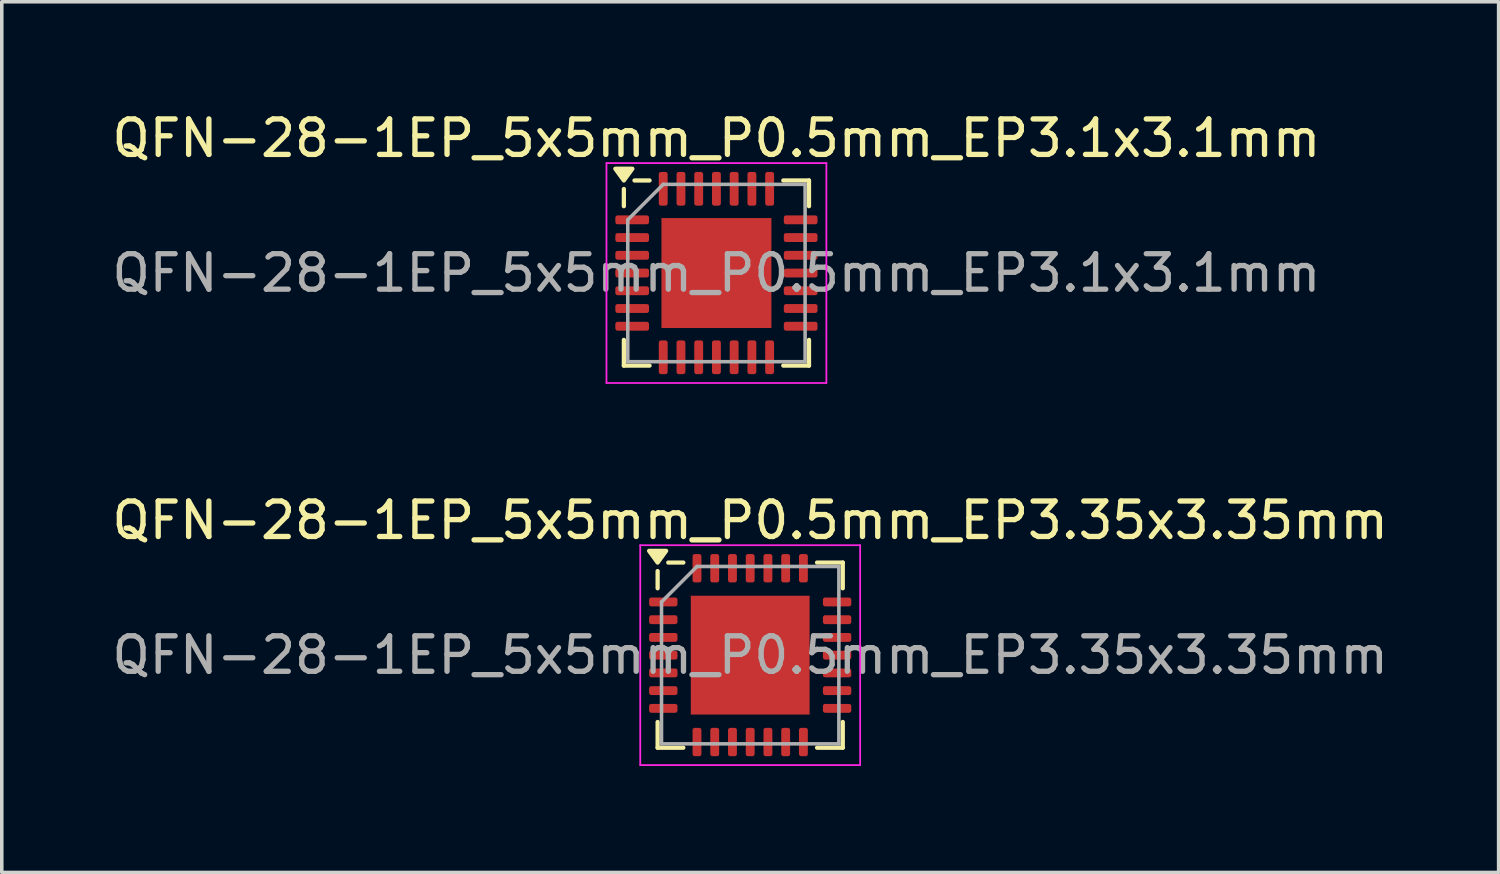
<source format=kicad_pcb>
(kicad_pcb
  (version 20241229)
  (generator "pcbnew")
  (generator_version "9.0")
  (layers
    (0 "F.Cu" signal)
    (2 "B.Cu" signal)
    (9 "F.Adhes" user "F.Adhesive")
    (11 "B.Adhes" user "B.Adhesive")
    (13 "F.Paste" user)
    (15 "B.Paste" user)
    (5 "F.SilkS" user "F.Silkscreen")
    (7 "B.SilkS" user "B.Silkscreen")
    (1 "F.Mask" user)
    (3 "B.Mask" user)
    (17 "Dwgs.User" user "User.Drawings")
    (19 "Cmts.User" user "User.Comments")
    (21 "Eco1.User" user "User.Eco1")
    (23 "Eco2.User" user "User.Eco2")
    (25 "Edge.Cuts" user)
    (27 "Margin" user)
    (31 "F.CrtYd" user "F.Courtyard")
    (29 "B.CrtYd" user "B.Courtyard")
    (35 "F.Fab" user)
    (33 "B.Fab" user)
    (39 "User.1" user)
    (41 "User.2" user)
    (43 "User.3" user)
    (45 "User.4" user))
  (footprint "QFN-28-1EP_5x5mm_P0.5mm_EP3.35x3.35mm"
    (layer "F.Cu")
    (at 18.101 15.421)
    (property "Reference" "QFN-28-1EP_5x5mm_P0.5mm_EP3.35x3.35mm" (at 0 -3.8 0) (layer "F.SilkS") (effects (font (size 1 1) (thickness 0.15))))
    (attr smd)
    (fp_line (start -2.61 -1.885) (end -2.61 -2.37) (stroke (width 0.12) (type solid)) (layer "F.SilkS"))
    (fp_line (start -2.61 2.61) (end -2.61 1.885) (stroke (width 0.12) (type solid)) (layer "F.SilkS"))
    (fp_line (start -1.885 -2.61) (end -2.31 -2.61) (stroke (width 0.12) (type solid)) (layer "F.SilkS"))
    (fp_line (start -1.885 2.61) (end -2.61 2.61) (stroke (width 0.12) (type solid)) (layer "F.SilkS"))
    (fp_line (start 1.885 -2.61) (end 2.61 -2.61) (stroke (width 0.12) (type solid)) (layer "F.SilkS"))
    (fp_line (start 1.885 2.61) (end 2.61 2.61) (stroke (width 0.12) (type solid)) (layer "F.SilkS"))
    (fp_line (start 2.61 -2.61) (end 2.61 -1.885) (stroke (width 0.12) (type solid)) (layer "F.SilkS"))
    (fp_line (start 2.61 2.61) (end 2.61 1.885) (stroke (width 0.12) (type solid)) (layer "F.SilkS"))
    (fp_poly (pts (xy -2.61 -2.61) (xy -2.85 -2.94) (xy -2.37 -2.94) (xy -2.61 -2.61)) (stroke (width 0.12) (type solid)) (fill yes) (layer "F.SilkS"))
    (fp_line (start -3.1 -3.1) (end -3.1 3.1) (stroke (width 0.05) (type solid)) (layer "F.CrtYd"))
    (fp_line (start -3.1 3.1) (end 3.1 3.1) (stroke (width 0.05) (type solid)) (layer "F.CrtYd"))
    (fp_line (start 3.1 -3.1) (end -3.1 -3.1) (stroke (width 0.05) (type solid)) (layer "F.CrtYd"))
    (fp_line (start 3.1 3.1) (end 3.1 -3.1) (stroke (width 0.05) (type solid)) (layer "F.CrtYd"))
    (fp_line (start -2.5 -1.5) (end -1.5 -2.5) (stroke (width 0.1) (type solid)) (layer "F.Fab"))
    (fp_line (start -2.5 2.5) (end -2.5 -1.5) (stroke (width 0.1) (type solid)) (layer "F.Fab"))
    (fp_line (start -1.5 -2.5) (end 2.5 -2.5) (stroke (width 0.1) (type solid)) (layer "F.Fab"))
    (fp_line (start 2.5 -2.5) (end 2.5 2.5) (stroke (width 0.1) (type solid)) (layer "F.Fab"))
    (fp_line (start 2.5 2.5) (end -2.5 2.5) (stroke (width 0.1) (type solid)) (layer "F.Fab"))
    (fp_text user "${REFERENCE}" (at 0 0 0) (layer "F.Fab") (effects (font (size 1 1) (thickness 0.15))))
    (pad "" smd roundrect (at -1.12 -1.12) (size 0.9 0.9) (layers "F.Paste") (roundrect_rratio 0.25))
    (pad "" smd roundrect (at -1.12 0) (size 0.9 0.9) (layers "F.Paste") (roundrect_rratio 0.25))
    (pad "" smd roundrect (at -1.12 1.12) (size 0.9 0.9) (layers "F.Paste") (roundrect_rratio 0.25))
    (pad "" smd roundrect (at 0 -1.12) (size 0.9 0.9) (layers "F.Paste") (roundrect_rratio 0.25))
    (pad "" smd roundrect (at 0 0) (size 0.9 0.9) (layers "F.Paste") (roundrect_rratio 0.25))
    (pad "" smd roundrect (at 0 1.12) (size 0.9 0.9) (layers "F.Paste") (roundrect_rratio 0.25))
    (pad "" smd roundrect (at 1.12 -1.12) (size 0.9 0.9) (layers "F.Paste") (roundrect_rratio 0.25))
    (pad "" smd roundrect (at 1.12 0) (size 0.9 0.9) (layers "F.Paste") (roundrect_rratio 0.25))
    (pad "" smd roundrect (at 1.12 1.12) (size 0.9 0.9) (layers "F.Paste") (roundrect_rratio 0.25))
    (pad "1" smd roundrect (at -2.45 -1.5) (size 0.8 0.25) (layers "F.Cu" "F.Mask" "F.Paste") (roundrect_rratio 0.25))
    (pad "2" smd roundrect (at -2.45 -1) (size 0.8 0.25) (layers "F.Cu" "F.Mask" "F.Paste") (roundrect_rratio 0.25))
    (pad "3" smd roundrect (at -2.45 -0.5) (size 0.8 0.25) (layers "F.Cu" "F.Mask" "F.Paste") (roundrect_rratio 0.25))
    (pad "4" smd roundrect (at -2.45 0) (size 0.8 0.25) (layers "F.Cu" "F.Mask" "F.Paste") (roundrect_rratio 0.25))
    (pad "5" smd roundrect (at -2.45 0.5) (size 0.8 0.25) (layers "F.Cu" "F.Mask" "F.Paste") (roundrect_rratio 0.25))
    (pad "6" smd roundrect (at -2.45 1) (size 0.8 0.25) (layers "F.Cu" "F.Mask" "F.Paste") (roundrect_rratio 0.25))
    (pad "7" smd roundrect (at -2.45 1.5) (size 0.8 0.25) (layers "F.Cu" "F.Mask" "F.Paste") (roundrect_rratio 0.25))
    (pad "8" smd roundrect (at -1.5 2.45) (size 0.25 0.8) (layers "F.Cu" "F.Mask" "F.Paste") (roundrect_rratio 0.25))
    (pad "9" smd roundrect (at -1 2.45) (size 0.25 0.8) (layers "F.Cu" "F.Mask" "F.Paste") (roundrect_rratio 0.25))
    (pad "10" smd roundrect (at -0.5 2.45) (size 0.25 0.8) (layers "F.Cu" "F.Mask" "F.Paste") (roundrect_rratio 0.25))
    (pad "11" smd roundrect (at 0 2.45) (size 0.25 0.8) (layers "F.Cu" "F.Mask" "F.Paste") (roundrect_rratio 0.25))
    (pad "12" smd roundrect (at 0.5 2.45) (size 0.25 0.8) (layers "F.Cu" "F.Mask" "F.Paste") (roundrect_rratio 0.25))
    (pad "13" smd roundrect (at 1 2.45) (size 0.25 0.8) (layers "F.Cu" "F.Mask" "F.Paste") (roundrect_rratio 0.25))
    (pad "14" smd roundrect (at 1.5 2.45) (size 0.25 0.8) (layers "F.Cu" "F.Mask" "F.Paste") (roundrect_rratio 0.25))
    (pad "15" smd roundrect (at 2.45 1.5) (size 0.8 0.25) (layers "F.Cu" "F.Mask" "F.Paste") (roundrect_rratio 0.25))
    (pad "16" smd roundrect (at 2.45 1) (size 0.8 0.25) (layers "F.Cu" "F.Mask" "F.Paste") (roundrect_rratio 0.25))
    (pad "17" smd roundrect (at 2.45 0.5) (size 0.8 0.25) (layers "F.Cu" "F.Mask" "F.Paste") (roundrect_rratio 0.25))
    (pad "18" smd roundrect (at 2.45 0) (size 0.8 0.25) (layers "F.Cu" "F.Mask" "F.Paste") (roundrect_rratio 0.25))
    (pad "19" smd roundrect (at 2.45 -0.5) (size 0.8 0.25) (layers "F.Cu" "F.Mask" "F.Paste") (roundrect_rratio 0.25))
    (pad "20" smd roundrect (at 2.45 -1) (size 0.8 0.25) (layers "F.Cu" "F.Mask" "F.Paste") (roundrect_rratio 0.25))
    (pad "21" smd roundrect (at 2.45 -1.5) (size 0.8 0.25) (layers "F.Cu" "F.Mask" "F.Paste") (roundrect_rratio 0.25))
    (pad "22" smd roundrect (at 1.5 -2.45) (size 0.25 0.8) (layers "F.Cu" "F.Mask" "F.Paste") (roundrect_rratio 0.25))
    (pad "23" smd roundrect (at 1 -2.45) (size 0.25 0.8) (layers "F.Cu" "F.Mask" "F.Paste") (roundrect_rratio 0.25))
    (pad "24" smd roundrect (at 0.5 -2.45) (size 0.25 0.8) (layers "F.Cu" "F.Mask" "F.Paste") (roundrect_rratio 0.25))
    (pad "25" smd roundrect (at 0 -2.45) (size 0.25 0.8) (layers "F.Cu" "F.Mask" "F.Paste") (roundrect_rratio 0.25))
    (pad "26" smd roundrect (at -0.5 -2.45) (size 0.25 0.8) (layers "F.Cu" "F.Mask" "F.Paste") (roundrect_rratio 0.25))
    (pad "27" smd roundrect (at -1 -2.45) (size 0.25 0.8) (layers "F.Cu" "F.Mask" "F.Paste") (roundrect_rratio 0.25))
    (pad "28" smd roundrect (at -1.5 -2.45) (size 0.25 0.8) (layers "F.Cu" "F.Mask" "F.Paste") (roundrect_rratio 0.25))
    (pad "29" smd rect (at 0 0) (size 3.35 3.35) (property pad_prop_heatsink) (layers "F.Cu" "F.Mask")))
  (footprint "QFN-28-1EP_5x5mm_P0.5mm_EP3.1x3.1mm"
    (layer "F.Cu")
    (at 17.149 4.648)
    (property "Reference" "QFN-28-1EP_5x5mm_P0.5mm_EP3.1x3.1mm" (at 0 -3.8 0) (layer "F.SilkS") (effects (font (size 1 1) (thickness 0.15))))
    (attr smd)
    (fp_line (start -2.61 -1.885) (end -2.61 -2.37) (stroke (width 0.12) (type solid)) (layer "F.SilkS"))
    (fp_line (start -2.61 2.61) (end -2.61 1.885) (stroke (width 0.12) (type solid)) (layer "F.SilkS"))
    (fp_line (start -1.885 -2.61) (end -2.31 -2.61) (stroke (width 0.12) (type solid)) (layer "F.SilkS"))
    (fp_line (start -1.885 2.61) (end -2.61 2.61) (stroke (width 0.12) (type solid)) (layer "F.SilkS"))
    (fp_line (start 1.885 -2.61) (end 2.61 -2.61) (stroke (width 0.12) (type solid)) (layer "F.SilkS"))
    (fp_line (start 1.885 2.61) (end 2.61 2.61) (stroke (width 0.12) (type solid)) (layer "F.SilkS"))
    (fp_line (start 2.61 -2.61) (end 2.61 -1.885) (stroke (width 0.12) (type solid)) (layer "F.SilkS"))
    (fp_line (start 2.61 2.61) (end 2.61 1.885) (stroke (width 0.12) (type solid)) (layer "F.SilkS"))
    (fp_poly (pts (xy -2.61 -2.61) (xy -2.85 -2.94) (xy -2.37 -2.94) (xy -2.61 -2.61)) (stroke (width 0.12) (type solid)) (fill yes) (layer "F.SilkS"))
    (fp_line (start -3.1 -3.1) (end -3.1 3.1) (stroke (width 0.05) (type solid)) (layer "F.CrtYd"))
    (fp_line (start -3.1 3.1) (end 3.1 3.1) (stroke (width 0.05) (type solid)) (layer "F.CrtYd"))
    (fp_line (start 3.1 -3.1) (end -3.1 -3.1) (stroke (width 0.05) (type solid)) (layer "F.CrtYd"))
    (fp_line (start 3.1 3.1) (end 3.1 -3.1) (stroke (width 0.05) (type solid)) (layer "F.CrtYd"))
    (fp_line (start -2.5 -1.5) (end -1.5 -2.5) (stroke (width 0.1) (type solid)) (layer "F.Fab"))
    (fp_line (start -2.5 2.5) (end -2.5 -1.5) (stroke (width 0.1) (type solid)) (layer "F.Fab"))
    (fp_line (start -1.5 -2.5) (end 2.5 -2.5) (stroke (width 0.1) (type solid)) (layer "F.Fab"))
    (fp_line (start 2.5 -2.5) (end 2.5 2.5) (stroke (width 0.1) (type solid)) (layer "F.Fab"))
    (fp_line (start 2.5 2.5) (end -2.5 2.5) (stroke (width 0.1) (type solid)) (layer "F.Fab"))
    (fp_text user "${REFERENCE}" (at 0 0 0) (layer "F.Fab") (effects (font (size 1 1) (thickness 0.15))))
    (pad "" smd roundrect (at -1.03 -1.03) (size 0.83 0.83) (layers "F.Paste") (roundrect_rratio 0.25))
    (pad "" smd roundrect (at -1.03 0) (size 0.83 0.83) (layers "F.Paste") (roundrect_rratio 0.25))
    (pad "" smd roundrect (at -1.03 1.03) (size 0.83 0.83) (layers "F.Paste") (roundrect_rratio 0.25))
    (pad "" smd roundrect (at 0 -1.03) (size 0.83 0.83) (layers "F.Paste") (roundrect_rratio 0.25))
    (pad "" smd roundrect (at 0 0) (size 0.83 0.83) (layers "F.Paste") (roundrect_rratio 0.25))
    (pad "" smd roundrect (at 0 1.03) (size 0.83 0.83) (layers "F.Paste") (roundrect_rratio 0.25))
    (pad "" smd roundrect (at 1.03 -1.03) (size 0.83 0.83) (layers "F.Paste") (roundrect_rratio 0.25))
    (pad "" smd roundrect (at 1.03 0) (size 0.83 0.83) (layers "F.Paste") (roundrect_rratio 0.25))
    (pad "" smd roundrect (at 1.03 1.03) (size 0.83 0.83) (layers "F.Paste") (roundrect_rratio 0.25))
    (pad "1" smd roundrect (at -2.375 -1.5) (size 0.95 0.25) (layers "F.Cu" "F.Mask" "F.Paste") (roundrect_rratio 0.25))
    (pad "2" smd roundrect (at -2.375 -1) (size 0.95 0.25) (layers "F.Cu" "F.Mask" "F.Paste") (roundrect_rratio 0.25))
    (pad "3" smd roundrect (at -2.375 -0.5) (size 0.95 0.25) (layers "F.Cu" "F.Mask" "F.Paste") (roundrect_rratio 0.25))
    (pad "4" smd roundrect (at -2.375 0) (size 0.95 0.25) (layers "F.Cu" "F.Mask" "F.Paste") (roundrect_rratio 0.25))
    (pad "5" smd roundrect (at -2.375 0.5) (size 0.95 0.25) (layers "F.Cu" "F.Mask" "F.Paste") (roundrect_rratio 0.25))
    (pad "6" smd roundrect (at -2.375 1) (size 0.95 0.25) (layers "F.Cu" "F.Mask" "F.Paste") (roundrect_rratio 0.25))
    (pad "7" smd roundrect (at -2.375 1.5) (size 0.95 0.25) (layers "F.Cu" "F.Mask" "F.Paste") (roundrect_rratio 0.25))
    (pad "8" smd roundrect (at -1.5 2.375) (size 0.25 0.95) (layers "F.Cu" "F.Mask" "F.Paste") (roundrect_rratio 0.25))
    (pad "9" smd roundrect (at -1 2.375) (size 0.25 0.95) (layers "F.Cu" "F.Mask" "F.Paste") (roundrect_rratio 0.25))
    (pad "10" smd roundrect (at -0.5 2.375) (size 0.25 0.95) (layers "F.Cu" "F.Mask" "F.Paste") (roundrect_rratio 0.25))
    (pad "11" smd roundrect (at 0 2.375) (size 0.25 0.95) (layers "F.Cu" "F.Mask" "F.Paste") (roundrect_rratio 0.25))
    (pad "12" smd roundrect (at 0.5 2.375) (size 0.25 0.95) (layers "F.Cu" "F.Mask" "F.Paste") (roundrect_rratio 0.25))
    (pad "13" smd roundrect (at 1 2.375) (size 0.25 0.95) (layers "F.Cu" "F.Mask" "F.Paste") (roundrect_rratio 0.25))
    (pad "14" smd roundrect (at 1.5 2.375) (size 0.25 0.95) (layers "F.Cu" "F.Mask" "F.Paste") (roundrect_rratio 0.25))
    (pad "15" smd roundrect (at 2.375 1.5) (size 0.95 0.25) (layers "F.Cu" "F.Mask" "F.Paste") (roundrect_rratio 0.25))
    (pad "16" smd roundrect (at 2.375 1) (size 0.95 0.25) (layers "F.Cu" "F.Mask" "F.Paste") (roundrect_rratio 0.25))
    (pad "17" smd roundrect (at 2.375 0.5) (size 0.95 0.25) (layers "F.Cu" "F.Mask" "F.Paste") (roundrect_rratio 0.25))
    (pad "18" smd roundrect (at 2.375 0) (size 0.95 0.25) (layers "F.Cu" "F.Mask" "F.Paste") (roundrect_rratio 0.25))
    (pad "19" smd roundrect (at 2.375 -0.5) (size 0.95 0.25) (layers "F.Cu" "F.Mask" "F.Paste") (roundrect_rratio 0.25))
    (pad "20" smd roundrect (at 2.375 -1) (size 0.95 0.25) (layers "F.Cu" "F.Mask" "F.Paste") (roundrect_rratio 0.25))
    (pad "21" smd roundrect (at 2.375 -1.5) (size 0.95 0.25) (layers "F.Cu" "F.Mask" "F.Paste") (roundrect_rratio 0.25))
    (pad "22" smd roundrect (at 1.5 -2.375) (size 0.25 0.95) (layers "F.Cu" "F.Mask" "F.Paste") (roundrect_rratio 0.25))
    (pad "23" smd roundrect (at 1 -2.375) (size 0.25 0.95) (layers "F.Cu" "F.Mask" "F.Paste") (roundrect_rratio 0.25))
    (pad "24" smd roundrect (at 0.5 -2.375) (size 0.25 0.95) (layers "F.Cu" "F.Mask" "F.Paste") (roundrect_rratio 0.25))
    (pad "25" smd roundrect (at 0 -2.375) (size 0.25 0.95) (layers "F.Cu" "F.Mask" "F.Paste") (roundrect_rratio 0.25))
    (pad "26" smd roundrect (at -0.5 -2.375) (size 0.25 0.95) (layers "F.Cu" "F.Mask" "F.Paste") (roundrect_rratio 0.25))
    (pad "27" smd roundrect (at -1 -2.375) (size 0.25 0.95) (layers "F.Cu" "F.Mask" "F.Paste") (roundrect_rratio 0.25))
    (pad "28" smd roundrect (at -1.5 -2.375) (size 0.25 0.95) (layers "F.Cu" "F.Mask" "F.Paste") (roundrect_rratio 0.25))
    (pad "29" smd rect (at 0 0) (size 3.1 3.1) (property pad_prop_heatsink) (layers "F.Cu" "F.Mask")))
  (gr_rect
    (start -3 -3)
    (end 39.202 21.547)
    (stroke (width 0.1) (type default))
    (fill no)
    (layer "Edge.Cuts")))
</source>
